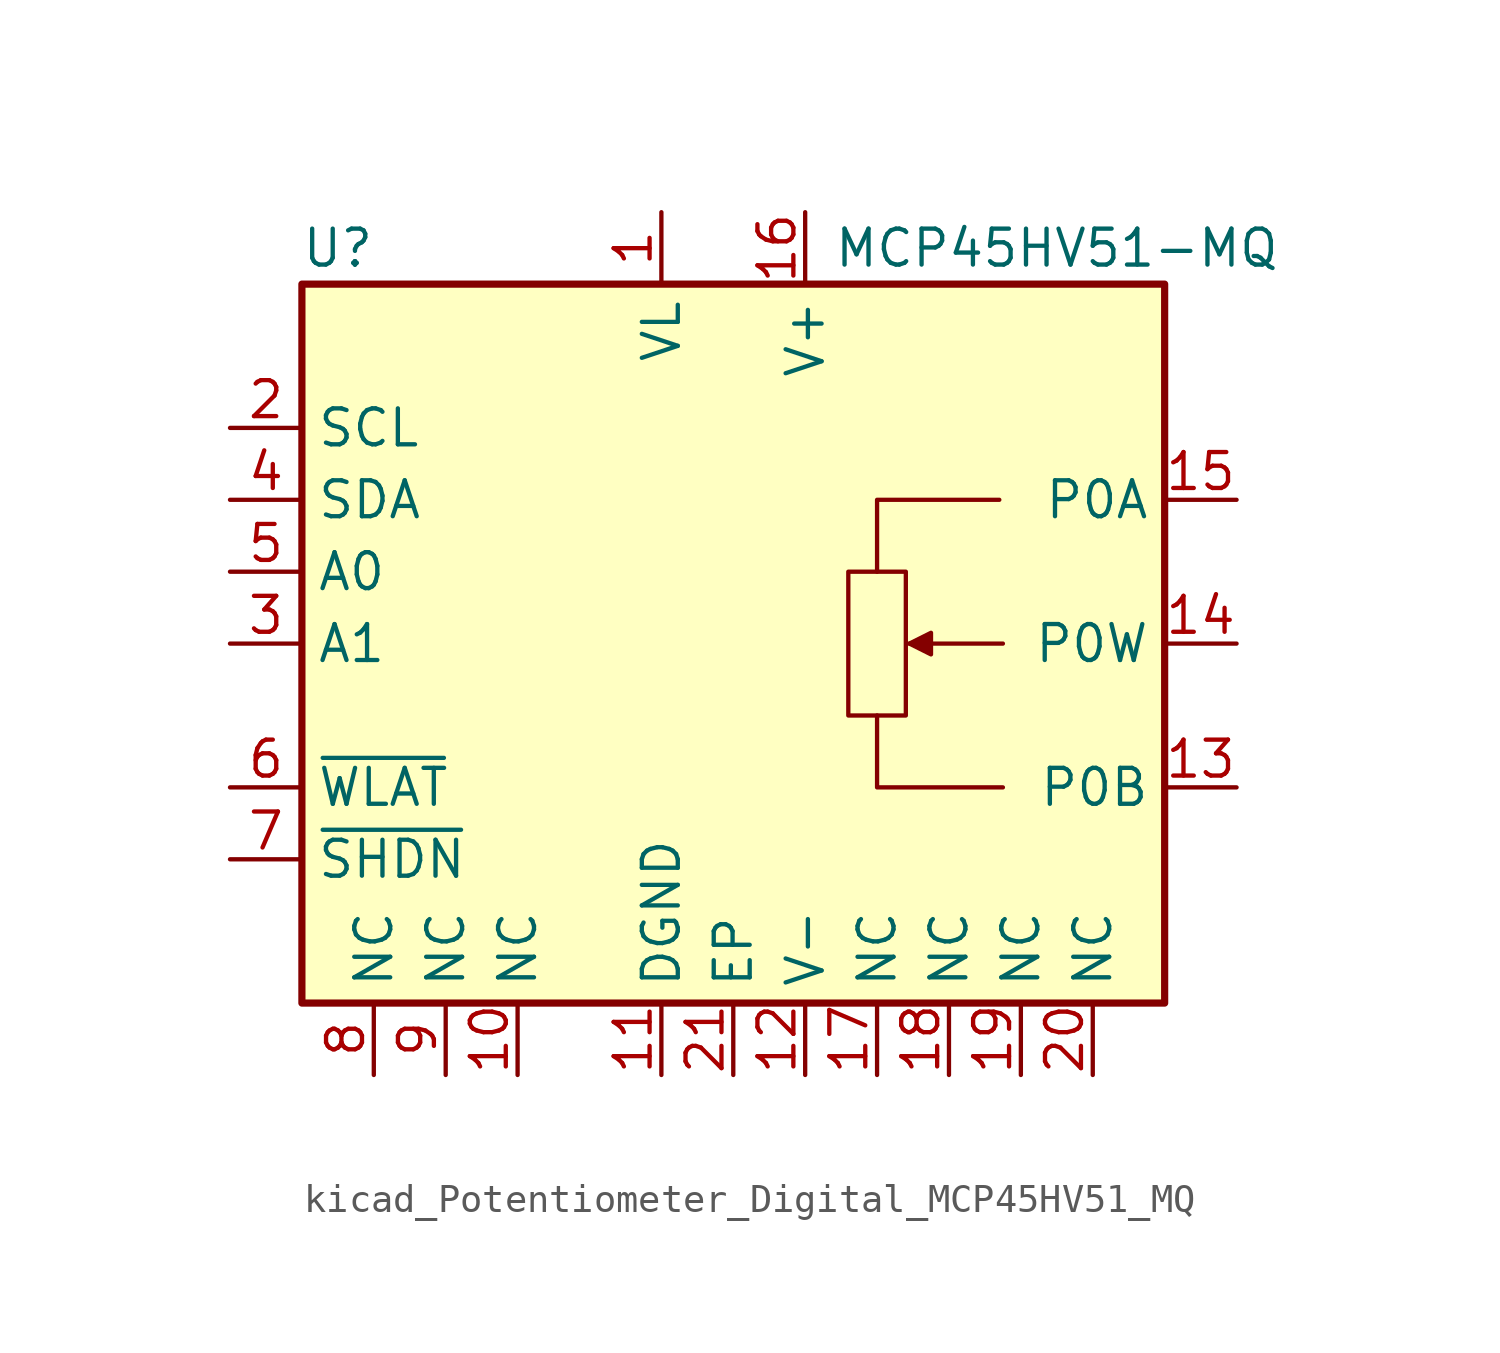
<source format=kicad_sym>
(kicad_symbol_lib
  (version 20220914)
  (generator kicad_symbol_editor)
  (symbol "kicad_Potentiometer_Digital_MCP45HV51_MQ"
    (property "Reference" "U"
      (at -13.97 13.97 0)
      (effects (font (size 1.27 1.27))))
    (property "Value" "MCP45HV51-MQ"
      (at 11.43 13.97 0)
      (effects (font (size 1.27 1.27))))
    (symbol "kicad_Potentiometer_Digital_MCP45HV51_MQ_0_1"
      (polyline (pts (xy 9.525 0) (xy 6.223 0)) (stroke (width 0) (type default)) (fill (type none)))
      (polyline (pts (xy 5.08 -2.54) (xy 5.08 -5.08) (xy 9.525 -5.08)) (stroke (width 0) (type default)) (fill (type none)))
      (polyline (pts (xy 5.08 2.54) (xy 5.08 5.08) (xy 9.398 5.08)) (stroke (width 0) (type default)) (fill (type none)))
      (polyline (pts (xy 6.223 0) (xy 6.985 0.381) (xy 6.985 -0.381) (xy 6.223 0)) (stroke (width 0) (type default)) (fill (type outline)))
      (rectangle (start 6.096 2.54) (end 4.064 -2.54) (stroke (width 0) (type default)) (fill (type none))))
    (symbol "kicad_Potentiometer_Digital_MCP45HV51_MQ_1_1"
      (rectangle (start -15.24 12.7) (end 15.24 -12.7) (stroke (width 0.254) (type default)) (fill (type background)))
      (pin power_in line (at -2.54 15.24 270) (length 2.54) (name "VL" (effects (font (size 1.27 1.27)))) (number "1" (effects (font (size 1.27 1.27)))))
      (pin passive line (at -7.62 -15.24 90) (length 2.54) (name "NC" (effects (font (size 1.27 1.27)))) (number "10" (effects (font (size 1.27 1.27)))))
      (pin power_in line (at -2.54 -15.24 90) (length 2.54) (name "DGND" (effects (font (size 1.27 1.27)))) (number "11" (effects (font (size 1.27 1.27)))))
      (pin power_in line (at 2.54 -15.24 90) (length 2.54) (name "V-" (effects (font (size 1.27 1.27)))) (number "12" (effects (font (size 1.27 1.27)))))
      (pin passive line (at 17.78 -5.08 180) (length 2.54) (name "P0B" (effects (font (size 1.27 1.27)))) (number "13" (effects (font (size 1.27 1.27)))))
      (pin passive line (at 17.78 0 180) (length 2.54) (name "P0W" (effects (font (size 1.27 1.27)))) (number "14" (effects (font (size 1.27 1.27)))))
      (pin passive line (at 17.78 5.08 180) (length 2.54) (name "P0A" (effects (font (size 1.27 1.27)))) (number "15" (effects (font (size 1.27 1.27)))))
      (pin power_in line (at 2.54 15.24 270) (length 2.54) (name "V+" (effects (font (size 1.27 1.27)))) (number "16" (effects (font (size 1.27 1.27)))))
      (pin passive line (at 5.08 -15.24 90) (length 2.54) (name "NC" (effects (font (size 1.27 1.27)))) (number "17" (effects (font (size 1.27 1.27)))))
      (pin passive line (at 7.62 -15.24 90) (length 2.54) (name "NC" (effects (font (size 1.27 1.27)))) (number "18" (effects (font (size 1.27 1.27)))))
      (pin passive line (at 10.16 -15.24 90) (length 2.54) (name "NC" (effects (font (size 1.27 1.27)))) (number "19" (effects (font (size 1.27 1.27)))))
      (pin input line (at -17.78 7.62 0) (length 2.54) (name "SCL" (effects (font (size 1.27 1.27)))) (number "2" (effects (font (size 1.27 1.27)))))
      (pin passive line (at 12.7 -15.24 90) (length 2.54) (name "NC" (effects (font (size 1.27 1.27)))) (number "20" (effects (font (size 1.27 1.27)))))
      (pin power_in line (at 0 -15.24 90) (length 2.54) (name "EP" (effects (font (size 1.27 1.27)))) (number "21" (effects (font (size 1.27 1.27)))))
      (pin input line (at -17.78 0 0) (length 2.54) (name "A1" (effects (font (size 1.27 1.27)))) (number "3" (effects (font (size 1.27 1.27)))))
      (pin bidirectional line (at -17.78 5.08 0) (length 2.54) (name "SDA" (effects (font (size 1.27 1.27)))) (number "4" (effects (font (size 1.27 1.27)))))
      (pin input line (at -17.78 2.54 0) (length 2.54) (name "A0" (effects (font (size 1.27 1.27)))) (number "5" (effects (font (size 1.27 1.27)))))
      (pin input line (at -17.78 -5.08 0) (length 2.54) (name "~{WLAT}" (effects (font (size 1.27 1.27)))) (number "6" (effects (font (size 1.27 1.27)))))
      (pin input line (at -17.78 -7.62 0) (length 2.54) (name "~{SHDN}" (effects (font (size 1.27 1.27)))) (number "7" (effects (font (size 1.27 1.27)))))
      (pin passive line (at -12.7 -15.24 90) (length 2.54) (name "NC" (effects (font (size 1.27 1.27)))) (number "8" (effects (font (size 1.27 1.27)))))
      (pin passive line (at -10.16 -15.24 90) (length 2.54) (name "NC" (effects (font (size 1.27 1.27)))) (number "9" (effects (font (size 1.27 1.27))))))))
</source>
